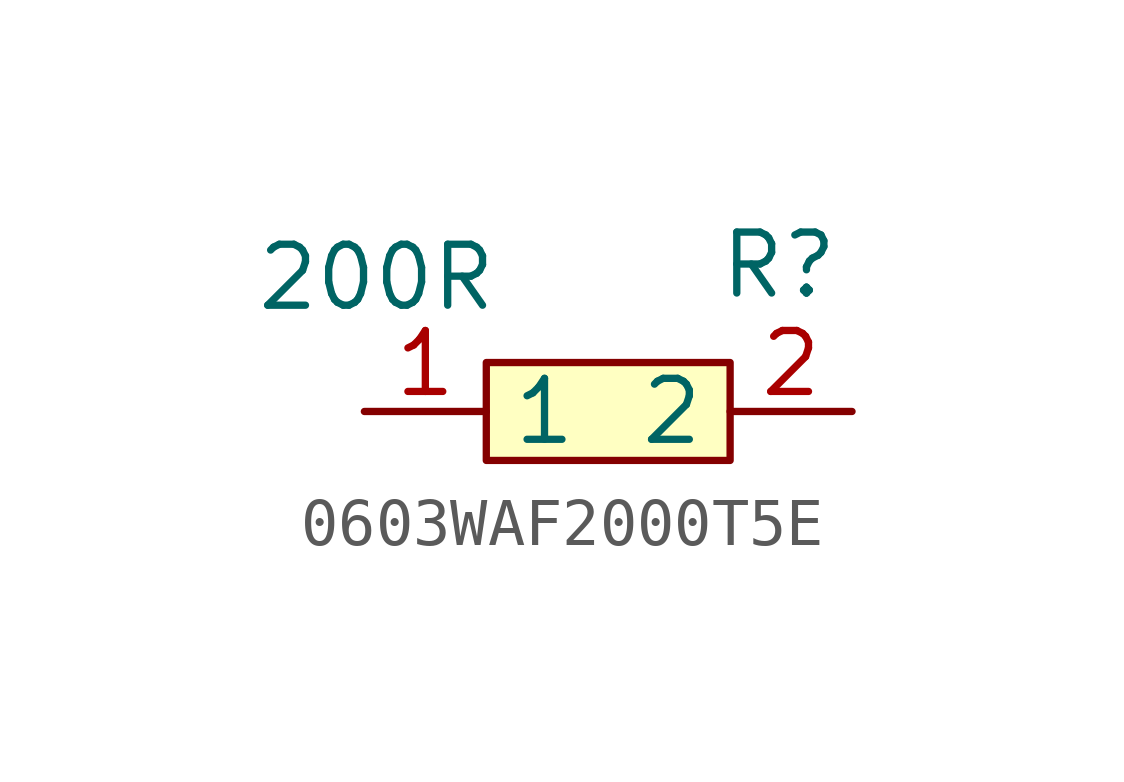
<source format=kicad_sym>
(kicad_symbol_lib
  (version 20231120)
  (generator "kicad_symbol_editor")
  (generator_version "8.0")
  (symbol "0603WAF2000T5E"
    (property "Reference" "R"
      (at 3.556 3.048 0)
      (effects (font (size 1.27 1.27))))
    (property "Value" "200R"
      (at -4.826 2.794 0)
      (effects (font (size 1.27 1.27))))
    (symbol "0603WAF2000T5E_0_1"
      (rectangle (start -2.54 1.02) (end 2.54 -1.02) (stroke (width 0) (type default)) (fill (type background)))
      (pin passive line (at -5.08 0 0) (length 2.54) (name "1" (effects (font (size 1.27 1.27)))) (number "1" (effects (font (size 1.27 1.27)))))
      (pin passive line (at 5.08 0 180) (length 2.54) (name "2" (effects (font (size 1.27 1.27)))) (number "2" (effects (font (size 1.27 1.27))))))))
</source>
